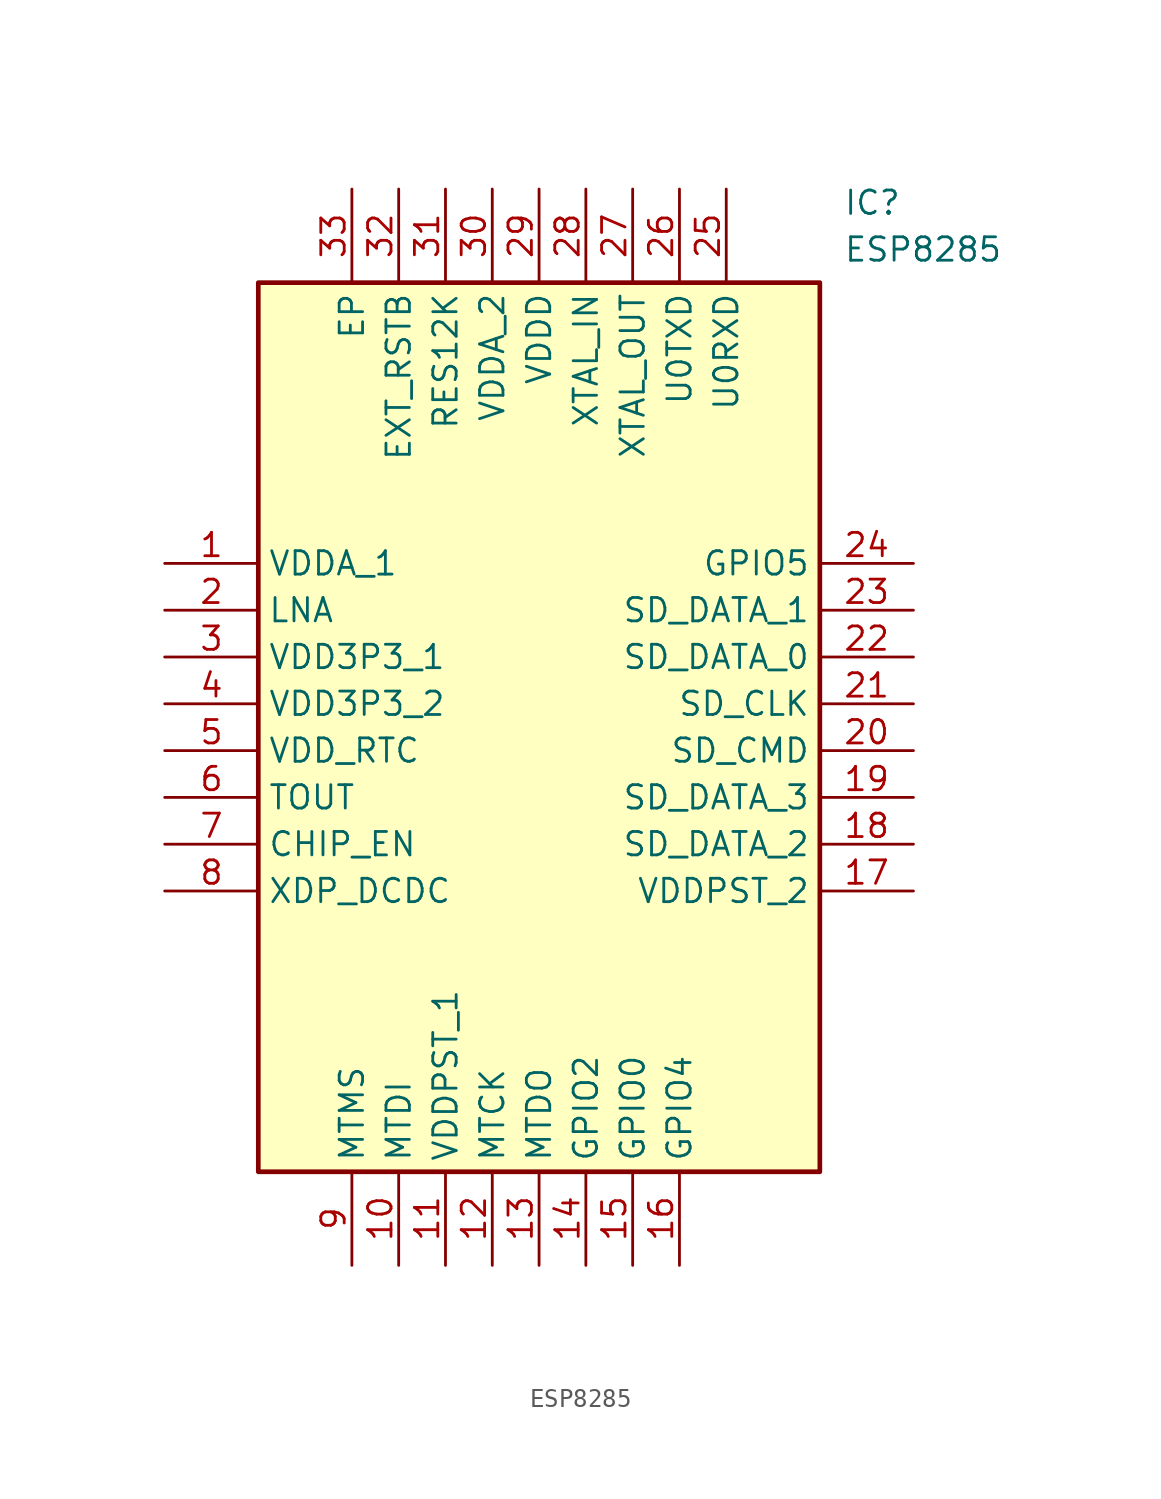
<source format=kicad_sym>
(kicad_symbol_lib
  (version 20211014)
  (generator SamacSys_ECAD_Model)
  (symbol "ESP8285"
    (property "Reference" "IC"
      (at 36.83 20.32 0)
      (effects (font (size 1.27 1.27)) (justify left top)))
    (property "Value" "ESP8285"
      (at 36.83 17.78 0)
      (effects (font (size 1.27 1.27)) (justify left top)))
    (rectangle
      (start 5.08 15.24)
      (end 35.56 -33.02)
      (stroke (width 0.254) (type default))
      (fill (type background)))
    (pin passive line
      (at 0 0 0)
      (length 5.08)
      (name "VDDA_1" (effects (font (size 1.27 1.27))))
      (number "1" (effects (font (size 1.27 1.27)))))
    (pin passive line
      (at 0 -2.54 0)
      (length 5.08)
      (name "LNA" (effects (font (size 1.27 1.27))))
      (number "2" (effects (font (size 1.27 1.27)))))
    (pin passive line
      (at 0 -5.08 0)
      (length 5.08)
      (name "VDD3P3_1" (effects (font (size 1.27 1.27))))
      (number "3" (effects (font (size 1.27 1.27)))))
    (pin passive line
      (at 0 -7.62 0)
      (length 5.08)
      (name "VDD3P3_2" (effects (font (size 1.27 1.27))))
      (number "4" (effects (font (size 1.27 1.27)))))
    (pin passive line
      (at 0 -10.16 0)
      (length 5.08)
      (name "VDD_RTC" (effects (font (size 1.27 1.27))))
      (number "5" (effects (font (size 1.27 1.27)))))
    (pin passive line
      (at 0 -12.7 0)
      (length 5.08)
      (name "TOUT" (effects (font (size 1.27 1.27))))
      (number "6" (effects (font (size 1.27 1.27)))))
    (pin passive line
      (at 0 -15.24 0)
      (length 5.08)
      (name "CHIP_EN" (effects (font (size 1.27 1.27))))
      (number "7" (effects (font (size 1.27 1.27)))))
    (pin passive line
      (at 0 -17.78 0)
      (length 5.08)
      (name "XDP_DCDC" (effects (font (size 1.27 1.27))))
      (number "8" (effects (font (size 1.27 1.27)))))
    (pin passive line
      (at 10.16 -38.1 90)
      (length 5.08)
      (name "MTMS" (effects (font (size 1.27 1.27))))
      (number "9" (effects (font (size 1.27 1.27)))))
    (pin passive line
      (at 12.7 -38.1 90)
      (length 5.08)
      (name "MTDI" (effects (font (size 1.27 1.27))))
      (number "10" (effects (font (size 1.27 1.27)))))
    (pin passive line
      (at 15.24 -38.1 90)
      (length 5.08)
      (name "VDDPST_1" (effects (font (size 1.27 1.27))))
      (number "11" (effects (font (size 1.27 1.27)))))
    (pin passive line
      (at 17.78 -38.1 90)
      (length 5.08)
      (name "MTCK" (effects (font (size 1.27 1.27))))
      (number "12" (effects (font (size 1.27 1.27)))))
    (pin passive line
      (at 20.32 -38.1 90)
      (length 5.08)
      (name "MTDO" (effects (font (size 1.27 1.27))))
      (number "13" (effects (font (size 1.27 1.27)))))
    (pin passive line
      (at 22.86 -38.1 90)
      (length 5.08)
      (name "GPIO2" (effects (font (size 1.27 1.27))))
      (number "14" (effects (font (size 1.27 1.27)))))
    (pin passive line
      (at 25.4 -38.1 90)
      (length 5.08)
      (name "GPIO0" (effects (font (size 1.27 1.27))))
      (number "15" (effects (font (size 1.27 1.27)))))
    (pin passive line
      (at 27.94 -38.1 90)
      (length 5.08)
      (name "GPIO4" (effects (font (size 1.27 1.27))))
      (number "16" (effects (font (size 1.27 1.27)))))
    (pin passive line
      (at 40.64 0 180)
      (length 5.08)
      (name "GPIO5" (effects (font (size 1.27 1.27))))
      (number "24" (effects (font (size 1.27 1.27)))))
    (pin passive line
      (at 40.64 -2.54 180)
      (length 5.08)
      (name "SD_DATA_1" (effects (font (size 1.27 1.27))))
      (number "23" (effects (font (size 1.27 1.27)))))
    (pin passive line
      (at 40.64 -5.08 180)
      (length 5.08)
      (name "SD_DATA_0" (effects (font (size 1.27 1.27))))
      (number "22" (effects (font (size 1.27 1.27)))))
    (pin passive line
      (at 40.64 -7.62 180)
      (length 5.08)
      (name "SD_CLK" (effects (font (size 1.27 1.27))))
      (number "21" (effects (font (size 1.27 1.27)))))
    (pin passive line
      (at 40.64 -10.16 180)
      (length 5.08)
      (name "SD_CMD" (effects (font (size 1.27 1.27))))
      (number "20" (effects (font (size 1.27 1.27)))))
    (pin passive line
      (at 40.64 -12.7 180)
      (length 5.08)
      (name "SD_DATA_3" (effects (font (size 1.27 1.27))))
      (number "19" (effects (font (size 1.27 1.27)))))
    (pin passive line
      (at 40.64 -15.24 180)
      (length 5.08)
      (name "SD_DATA_2" (effects (font (size 1.27 1.27))))
      (number "18" (effects (font (size 1.27 1.27)))))
    (pin passive line
      (at 40.64 -17.78 180)
      (length 5.08)
      (name "VDDPST_2" (effects (font (size 1.27 1.27))))
      (number "17" (effects (font (size 1.27 1.27)))))
    (pin passive line
      (at 10.16 20.32 270)
      (length 5.08)
      (name "EP" (effects (font (size 1.27 1.27))))
      (number "33" (effects (font (size 1.27 1.27)))))
    (pin passive line
      (at 12.7 20.32 270)
      (length 5.08)
      (name "EXT_RSTB" (effects (font (size 1.27 1.27))))
      (number "32" (effects (font (size 1.27 1.27)))))
    (pin passive line
      (at 15.24 20.32 270)
      (length 5.08)
      (name "RES12K" (effects (font (size 1.27 1.27))))
      (number "31" (effects (font (size 1.27 1.27)))))
    (pin passive line
      (at 17.78 20.32 270)
      (length 5.08)
      (name "VDDA_2" (effects (font (size 1.27 1.27))))
      (number "30" (effects (font (size 1.27 1.27)))))
    (pin passive line
      (at 20.32 20.32 270)
      (length 5.08)
      (name "VDDD" (effects (font (size 1.27 1.27))))
      (number "29" (effects (font (size 1.27 1.27)))))
    (pin passive line
      (at 22.86 20.32 270)
      (length 5.08)
      (name "XTAL_IN" (effects (font (size 1.27 1.27))))
      (number "28" (effects (font (size 1.27 1.27)))))
    (pin passive line
      (at 25.4 20.32 270)
      (length 5.08)
      (name "XTAL_OUT" (effects (font (size 1.27 1.27))))
      (number "27" (effects (font (size 1.27 1.27)))))
    (pin passive line
      (at 27.94 20.32 270)
      (length 5.08)
      (name "U0TXD" (effects (font (size 1.27 1.27))))
      (number "26" (effects (font (size 1.27 1.27)))))
    (pin passive line
      (at 30.48 20.32 270)
      (length 5.08)
      (name "U0RXD" (effects (font (size 1.27 1.27))))
      (number "25" (effects (font (size 1.27 1.27)))))))
</source>
